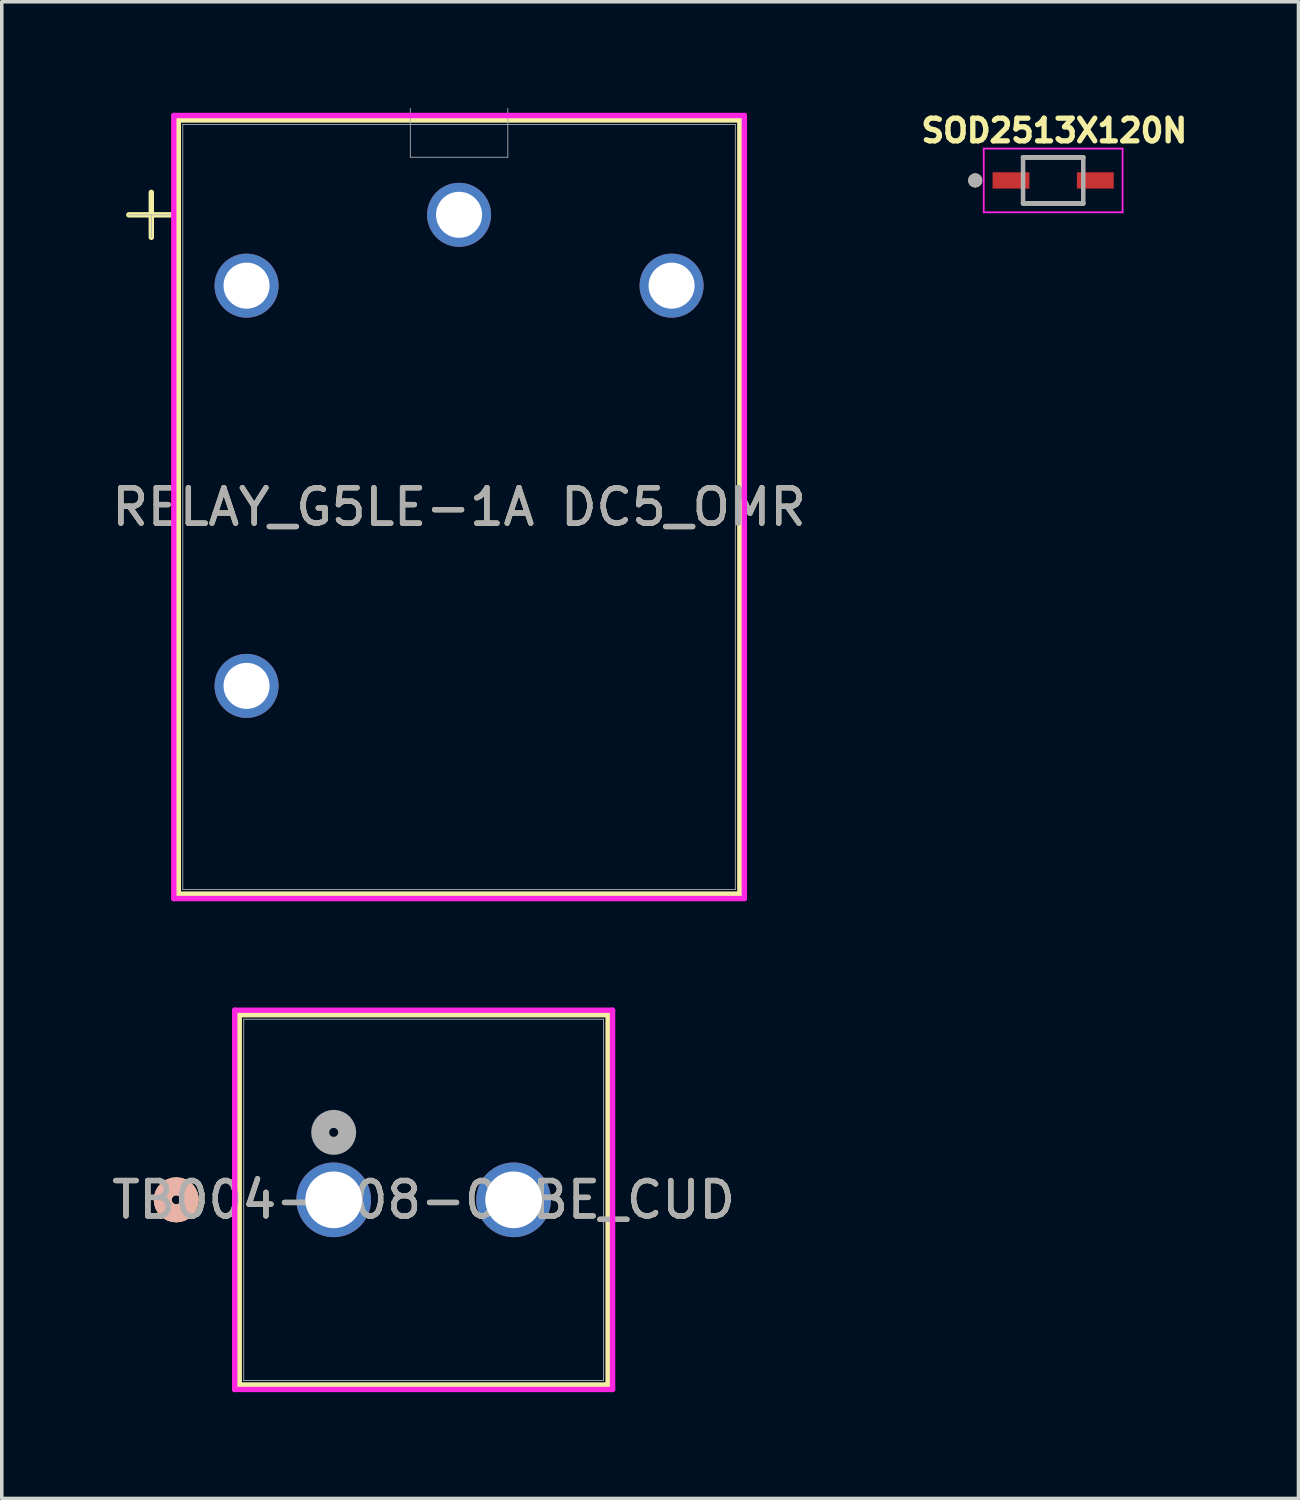
<source format=kicad_pcb>
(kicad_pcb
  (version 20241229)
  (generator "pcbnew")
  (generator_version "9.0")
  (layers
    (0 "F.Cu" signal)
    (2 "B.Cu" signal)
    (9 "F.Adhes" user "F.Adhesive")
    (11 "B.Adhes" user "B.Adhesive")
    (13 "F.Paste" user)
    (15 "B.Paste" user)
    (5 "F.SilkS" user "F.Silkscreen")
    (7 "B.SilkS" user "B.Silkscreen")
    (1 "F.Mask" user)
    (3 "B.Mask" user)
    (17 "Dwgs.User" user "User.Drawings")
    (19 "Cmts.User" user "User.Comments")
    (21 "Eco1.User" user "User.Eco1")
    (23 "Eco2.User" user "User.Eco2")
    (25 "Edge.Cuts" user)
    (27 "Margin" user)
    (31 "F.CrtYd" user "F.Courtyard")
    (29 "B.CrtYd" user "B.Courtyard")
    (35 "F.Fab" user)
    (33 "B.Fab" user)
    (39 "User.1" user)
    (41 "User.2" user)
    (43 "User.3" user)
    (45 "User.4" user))
  (footprint "RELAY_G5LE-1A DC5_OMR"
    (layer "F.Cu")
    (at 9.911 19.515)
    (property "Reference" "RELAY_G5LE-1A DC5_OMR" (at 0 -8.25 0) (unlocked yes) (layer "F.SilkS") (effects (font (size 1 1) (thickness 0.15))))
    (attr through_hole)
    (fp_line (start -9.324 -16.5) (end -8.054 -16.5) (stroke (width 0.152) (type solid)) (layer "F.SilkS"))
    (fp_line (start -8.689 -17.135) (end -8.689 -15.865) (stroke (width 0.152) (type solid)) (layer "F.SilkS"))
    (fp_line (start -7.927 -19.177) (end -7.927 2.677) (stroke (width 0.152) (type solid)) (layer "F.SilkS"))
    (fp_line (start 7.927 -19.177) (end -7.927 -19.177) (stroke (width 0.152) (type solid)) (layer "F.SilkS"))
    (fp_line (start 7.927 -19.177) (end 7.927 2.677) (stroke (width 0.152) (type solid)) (layer "F.SilkS"))
    (fp_line (start 7.927 2.677) (end -7.927 2.677) (stroke (width 0.152) (type solid)) (layer "F.SilkS"))
    (fp_line (start -8.054 -19.304) (end -8.054 2.804) (stroke (width 0.152) (type solid)) (layer "F.CrtYd"))
    (fp_line (start -8.054 2.804) (end 8.054 2.804) (stroke (width 0.152) (type solid)) (layer "F.CrtYd"))
    (fp_line (start 8.054 -19.304) (end -8.054 -19.304) (stroke (width 0.152) (type solid)) (layer "F.CrtYd"))
    (fp_line (start 8.054 2.804) (end 8.054 -19.304) (stroke (width 0.152) (type solid)) (layer "F.CrtYd"))
    (fp_line (start -9.324 -16.5) (end -8.054 -16.5) (stroke (width 0.025) (type solid)) (layer "F.Fab"))
    (fp_line (start -8.689 -16.5) (end -8.689 -15.865) (stroke (width 0.025) (type solid)) (layer "F.Fab"))
    (fp_line (start -7.8 -19.05) (end -7.8 2.55) (stroke (width 0.025) (type solid)) (layer "F.Fab"))
    (fp_line (start -1.376 -18.126) (end -1.376 -19.502) (stroke (width 0.025) (type solid)) (layer "F.Fab"))
    (fp_line (start 1.376 -19.502) (end 1.376 -18.126) (stroke (width 0.025) (type solid)) (layer "F.Fab"))
    (fp_line (start 1.376 -18.126) (end -1.376 -18.126) (stroke (width 0.025) (type solid)) (layer "F.Fab"))
    (fp_line (start 7.8 -19.05) (end -7.8 -19.05) (stroke (width 0.025) (type solid)) (layer "F.Fab"))
    (fp_line (start 7.8 -19.05) (end 7.8 2.55) (stroke (width 0.025) (type solid)) (layer "F.Fab"))
    (fp_line (start 7.8 2.55) (end -7.8 2.55) (stroke (width 0.025) (type solid)) (layer "F.Fab"))
    (fp_text user "${REFERENCE}" (at 0 -8.25 0) (unlocked yes) (layer "F.Fab") (effects (font (size 1 1) (thickness 0.15))))
    (pad "1" thru_hole circle (at 0 -16.5) (size 1.808 1.808) (drill 1.3) (layers "*.Cu" "*.Mask"))
    (pad "2" thru_hole circle (at -6 -14.5) (size 1.808 1.808) (drill 1.3) (layers "*.Cu" "*.Mask"))
    (pad "3" thru_hole circle (at -6 -3.2) (size 1.808 1.808) (drill 1.3) (layers "*.Cu" "*.Mask"))
    (pad "5" thru_hole circle (at 6 -14.5) (size 1.808 1.808) (drill 1.3) (layers "*.Cu" "*.Mask")))
  (footprint "SOD2513X120N"
    (layer "F.Cu")
    (at 26.684 2.044)
    (property "Reference" "SOD2513X120N" (at 0.032 -1.406 0) (layer "F.SilkS") (effects (font (size 0.64 0.64) (thickness 0.15))))
    (attr smd)
    (fp_line (start -0.85 0.65) (end 0.85 0.65) (stroke (width 0.127) (type solid)) (layer "F.SilkS"))
    (fp_line (start 0.85 -0.65) (end -0.85 -0.65) (stroke (width 0.127) (type solid)) (layer "F.SilkS"))
    (fp_circle (center -2.2 0) (end -2.1 0) (stroke (width 0.2) (type solid)) (fill no) (layer "F.SilkS"))
    (fp_line (start -1.96 -0.9) (end -1.96 0.9) (stroke (width 0.05) (type solid)) (layer "F.CrtYd"))
    (fp_line (start -1.96 0.9) (end 1.96 0.9) (stroke (width 0.05) (type solid)) (layer "F.CrtYd"))
    (fp_line (start 1.96 -0.9) (end -1.96 -0.9) (stroke (width 0.05) (type solid)) (layer "F.CrtYd"))
    (fp_line (start 1.96 0.9) (end 1.96 -0.9) (stroke (width 0.05) (type solid)) (layer "F.CrtYd"))
    (fp_line (start -0.85 -0.65) (end -0.85 0.65) (stroke (width 0.127) (type solid)) (layer "F.Fab"))
    (fp_line (start -0.85 0.65) (end 0.85 0.65) (stroke (width 0.127) (type solid)) (layer "F.Fab"))
    (fp_line (start 0.85 -0.65) (end -0.85 -0.65) (stroke (width 0.127) (type solid)) (layer "F.Fab"))
    (fp_line (start 0.85 0.65) (end 0.85 -0.65) (stroke (width 0.127) (type solid)) (layer "F.Fab"))
    (fp_circle (center -2.2 0) (end -2.1 0) (stroke (width 0.2) (type solid)) (fill no) (layer "F.Fab"))
    (pad "1" smd rect (at 1.19 0) (size 1.04 0.46) (layers "F.Cu" "F.Mask" "F.Paste"))
    (pad "2" smd rect (at -1.19 0) (size 1.04 0.46) (layers "F.Cu" "F.Mask" "F.Paste")))
  (footprint "TB004-508-02BE_CUD"
    (layer "F.Cu")
    (at 6.371 30.825)
    (property "Reference" "TB004-508-02BE_CUD" (at 2.54 0 0) (unlocked yes) (layer "F.SilkS") (effects (font (size 1 1) (thickness 0.15))))
    (attr through_hole)
    (fp_line (start -2.667 -5.227) (end -2.667 5.227) (stroke (width 0.152) (type solid)) (layer "F.SilkS"))
    (fp_line (start -2.667 5.227) (end 7.747 5.227) (stroke (width 0.152) (type solid)) (layer "F.SilkS"))
    (fp_line (start 7.747 -5.227) (end -2.667 -5.227) (stroke (width 0.152) (type solid)) (layer "F.SilkS"))
    (fp_line (start 7.747 5.227) (end 7.747 -5.227) (stroke (width 0.152) (type solid)) (layer "F.SilkS"))
    (fp_circle (center -4.445 0) (end -4.064 0) (stroke (width 0.508) (type solid)) (fill no) (layer "F.SilkS"))
    (fp_circle (center -4.445 0) (end -4.064 0) (stroke (width 0.508) (type solid)) (fill no) (layer "B.SilkS"))
    (fp_line (start -2.794 -5.354) (end -2.794 5.354) (stroke (width 0.152) (type solid)) (layer "F.CrtYd"))
    (fp_line (start -2.794 5.354) (end 7.874 5.354) (stroke (width 0.152) (type solid)) (layer "F.CrtYd"))
    (fp_line (start 7.874 -5.354) (end -2.794 -5.354) (stroke (width 0.152) (type solid)) (layer "F.CrtYd"))
    (fp_line (start 7.874 5.354) (end 7.874 -5.354) (stroke (width 0.152) (type solid)) (layer "F.CrtYd"))
    (fp_line (start -2.54 -5.1) (end -2.54 5.1) (stroke (width 0.025) (type solid)) (layer "F.Fab"))
    (fp_line (start -2.54 5.1) (end 7.62 5.1) (stroke (width 0.025) (type solid)) (layer "F.Fab"))
    (fp_line (start 7.62 -5.1) (end -2.54 -5.1) (stroke (width 0.025) (type solid)) (layer "F.Fab"))
    (fp_line (start 7.62 5.1) (end 7.62 -5.1) (stroke (width 0.025) (type solid)) (layer "F.Fab"))
    (fp_circle (center 0 -1.905) (end 0.381 -1.905) (stroke (width 0.508) (type solid)) (fill no) (layer "F.Fab"))
    (fp_text user "${REFERENCE}" (at 2.54 0 0) (unlocked yes) (layer "F.Fab") (effects (font (size 1 1) (thickness 0.15))))
    (pad "1" thru_hole circle (at 0 0) (size 2.108 2.108) (drill 1.6) (layers "*.Cu" "*.Mask"))
    (pad "2" thru_hole circle (at 5.08 0) (size 2.108 2.108) (drill 1.6) (layers "*.Cu" "*.Mask")))
  (gr_rect
    (start -3 -3)
    (end 33.61 39.255)
    (stroke (width 0.1) (type default))
    (fill no)
    (layer "Edge.Cuts")))
</source>
